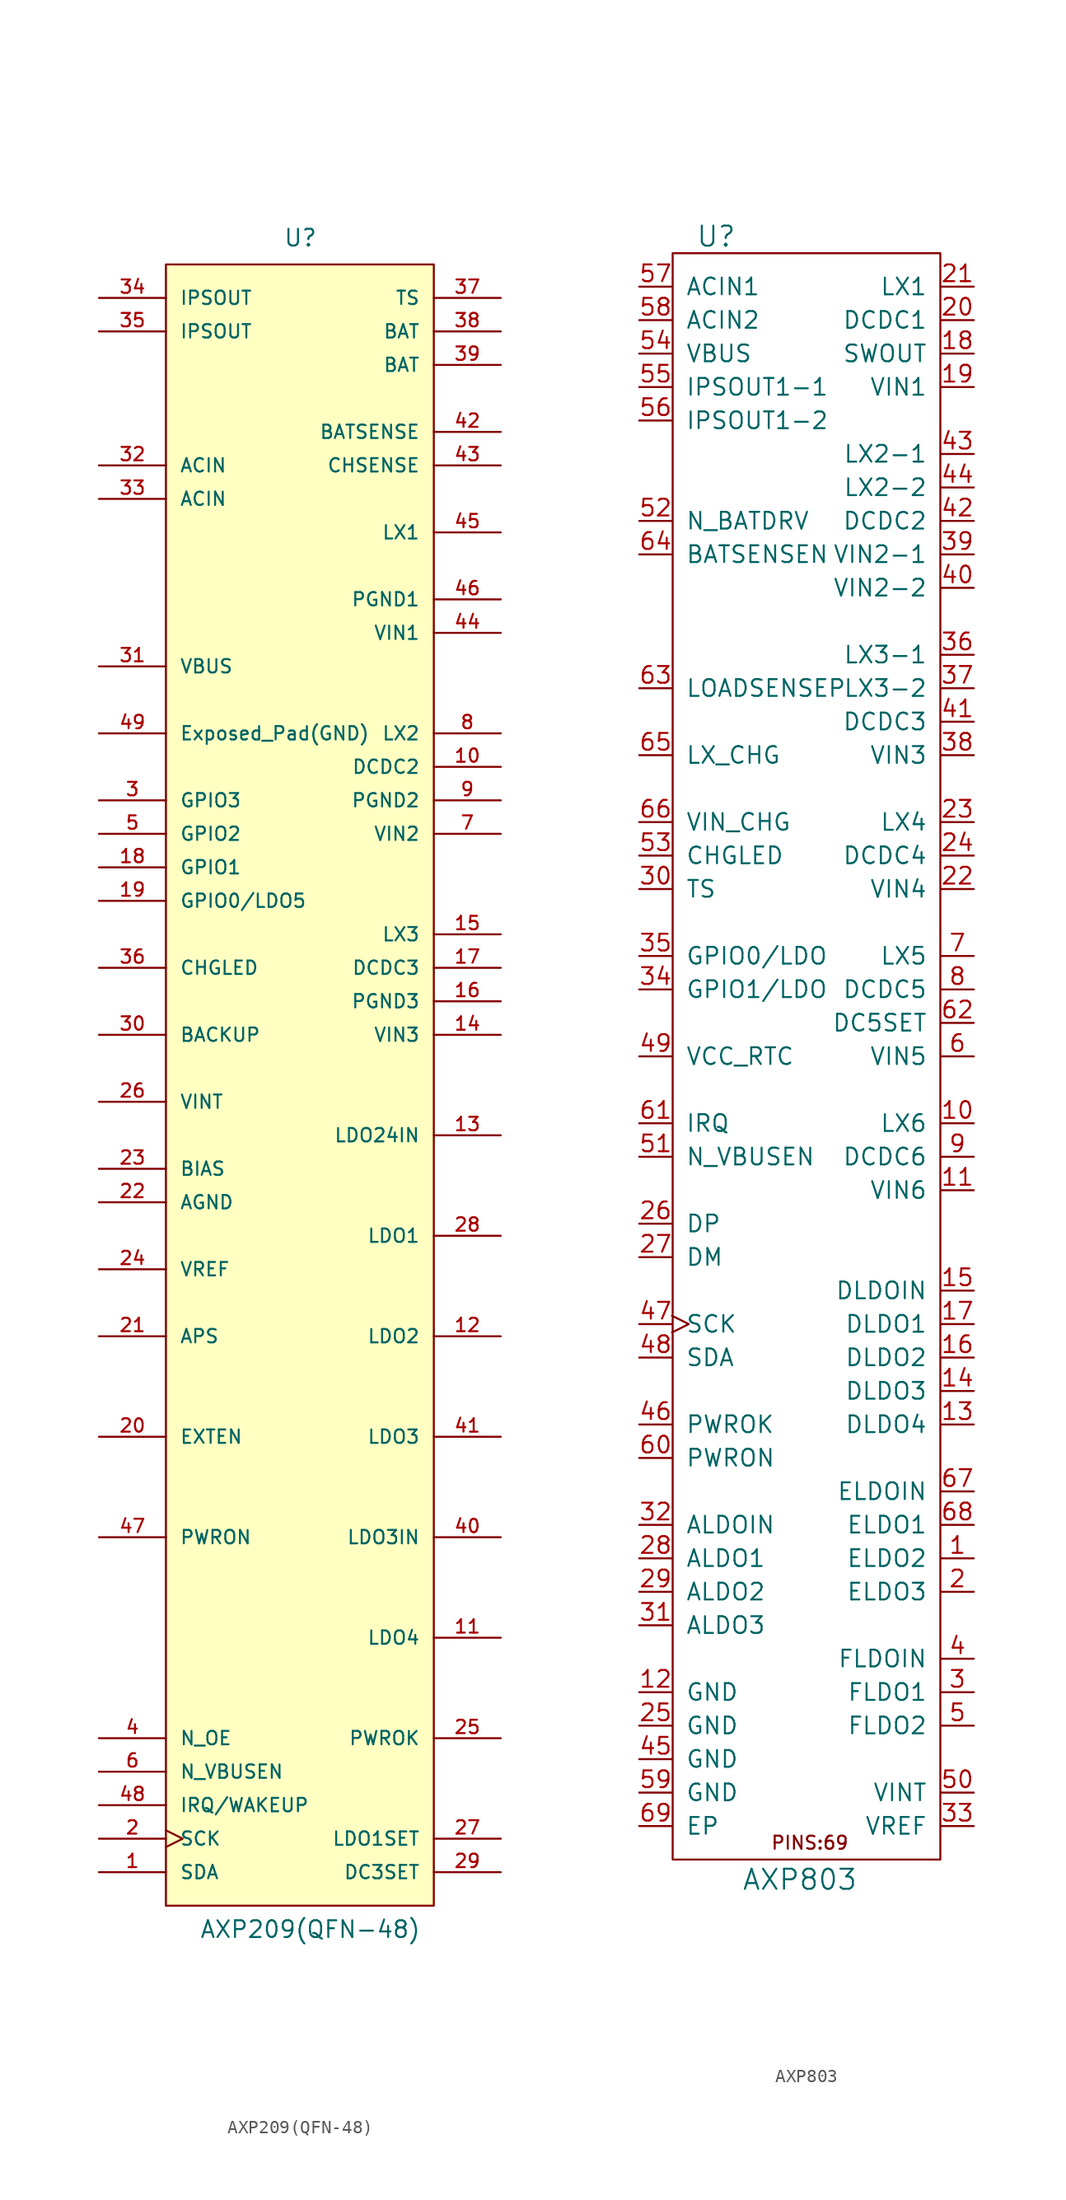
<source format=kicad_sym>
(kicad_symbol_lib
  (version 20211014)
  (generator kicad_symbol_editor)
  (symbol "AXP209(QFN-48)"
    (pin_names
      (offset 1.016))
    (property "Reference" "U"
      (at -1.27 62.23 0)
      (effects (font (size 1.27 1.27)) (justify left bottom)))
    (property "Value" "AXP209(QFN-48)"
      (at -7.62 -66.04 0)
      (effects (font (size 1.27 1.27)) (justify left bottom)))
    (symbol "AXP209(QFN-48)_1_1"
      (rectangle (start 10.16 -63.5) (end -10.16 60.96) (stroke (width 0) (type default) (color 0 0 0 0)) (fill (type background)))
      (pin bidirectional line (at -15.24 -60.96 0) (length 5.08) (name "SDA" (effects (font (size 1.016 1.016)))) (number "1" (effects (font (size 1.016 1.016)))))
      (pin input line (at 15.24 22.86 180) (length 5.08) (name "DCDC2" (effects (font (size 1.016 1.016)))) (number "10" (effects (font (size 1.016 1.016)))))
      (pin power_out line (at 15.24 -43.18 180) (length 5.08) (name "LDO4" (effects (font (size 1.016 1.016)))) (number "11" (effects (font (size 1.016 1.016)))))
      (pin power_out line (at 15.24 -20.32 180) (length 5.08) (name "LDO2" (effects (font (size 1.016 1.016)))) (number "12" (effects (font (size 1.016 1.016)))))
      (pin power_in line (at 15.24 -5.08 180) (length 5.08) (name "LDO24IN" (effects (font (size 1.016 1.016)))) (number "13" (effects (font (size 1.016 1.016)))))
      (pin power_in line (at 15.24 2.54 180) (length 5.08) (name "VIN3" (effects (font (size 1.016 1.016)))) (number "14" (effects (font (size 1.016 1.016)))))
      (pin bidirectional line (at 15.24 10.16 180) (length 5.08) (name "LX3" (effects (font (size 1.016 1.016)))) (number "15" (effects (font (size 1.016 1.016)))))
      (pin power_in line (at 15.24 5.08 180) (length 5.08) (name "PGND3" (effects (font (size 1.016 1.016)))) (number "16" (effects (font (size 1.016 1.016)))))
      (pin input line (at 15.24 7.62 180) (length 5.08) (name "DCDC3" (effects (font (size 1.016 1.016)))) (number "17" (effects (font (size 1.016 1.016)))))
      (pin bidirectional line (at -15.24 15.24 0) (length 5.08) (name "GPIO1" (effects (font (size 1.016 1.016)))) (number "18" (effects (font (size 1.016 1.016)))))
      (pin bidirectional line (at -15.24 12.7 0) (length 5.08) (name "GPIO0/LDO5" (effects (font (size 1.016 1.016)))) (number "19" (effects (font (size 1.016 1.016)))))
      (pin input clock (at -15.24 -58.42 0) (length 5.08) (name "SCK" (effects (font (size 1.016 1.016)))) (number "2" (effects (font (size 1.016 1.016)))))
      (pin output line (at -15.24 -27.94 0) (length 5.08) (name "EXTEN" (effects (font (size 1.016 1.016)))) (number "20" (effects (font (size 1.016 1.016)))))
      (pin power_in line (at -15.24 -20.32 0) (length 5.08) (name "APS" (effects (font (size 1.016 1.016)))) (number "21" (effects (font (size 1.016 1.016)))))
      (pin power_in line (at -15.24 -10.16 0) (length 5.08) (name "AGND" (effects (font (size 1.016 1.016)))) (number "22" (effects (font (size 1.016 1.016)))))
      (pin passive line (at -15.24 -7.62 0) (length 5.08) (name "BIAS" (effects (font (size 1.016 1.016)))) (number "23" (effects (font (size 1.016 1.016)))))
      (pin output line (at -15.24 -15.24 0) (length 5.08) (name "VREF" (effects (font (size 1.016 1.016)))) (number "24" (effects (font (size 1.016 1.016)))))
      (pin output line (at 15.24 -50.8 180) (length 5.08) (name "PWROK" (effects (font (size 1.016 1.016)))) (number "25" (effects (font (size 1.016 1.016)))))
      (pin power_in line (at -15.24 -2.54 0) (length 5.08) (name "VINT" (effects (font (size 1.016 1.016)))) (number "26" (effects (font (size 1.016 1.016)))))
      (pin input line (at 15.24 -58.42 180) (length 5.08) (name "LDO1SET" (effects (font (size 1.016 1.016)))) (number "27" (effects (font (size 1.016 1.016)))))
      (pin power_out line (at 15.24 -12.7 180) (length 5.08) (name "LDO1" (effects (font (size 1.016 1.016)))) (number "28" (effects (font (size 1.016 1.016)))))
      (pin input line (at 15.24 -60.96 180) (length 5.08) (name "DC3SET" (effects (font (size 1.016 1.016)))) (number "29" (effects (font (size 1.016 1.016)))))
      (pin bidirectional line (at -15.24 20.32 0) (length 5.08) (name "GPIO3" (effects (font (size 1.016 1.016)))) (number "3" (effects (font (size 1.016 1.016)))))
      (pin bidirectional line (at -15.24 2.54 0) (length 5.08) (name "BACKUP" (effects (font (size 1.016 1.016)))) (number "30" (effects (font (size 1.016 1.016)))))
      (pin power_in line (at -15.24 30.48 0) (length 5.08) (name "VBUS" (effects (font (size 1.016 1.016)))) (number "31" (effects (font (size 1.016 1.016)))))
      (pin power_in line (at -15.24 45.72 0) (length 5.08) (name "ACIN" (effects (font (size 1.016 1.016)))) (number "32" (effects (font (size 1.016 1.016)))))
      (pin power_in line (at -15.24 43.18 0) (length 5.08) (name "ACIN" (effects (font (size 1.016 1.016)))) (number "33" (effects (font (size 1.016 1.016)))))
      (pin power_out line (at -15.24 58.42 0) (length 5.08) (name "IPSOUT" (effects (font (size 1.016 1.016)))) (number "34" (effects (font (size 1.016 1.016)))))
      (pin power_out line (at -15.24 55.88 0) (length 5.08) (name "IPSOUT" (effects (font (size 1.016 1.016)))) (number "35" (effects (font (size 1.016 1.016)))))
      (pin output line (at -15.24 7.62 0) (length 5.08) (name "CHGLED" (effects (font (size 1.016 1.016)))) (number "36" (effects (font (size 1.016 1.016)))))
      (pin input line (at 15.24 58.42 180) (length 5.08) (name "TS" (effects (font (size 1.016 1.016)))) (number "37" (effects (font (size 1.016 1.016)))))
      (pin power_in line (at 15.24 55.88 180) (length 5.08) (name "BAT" (effects (font (size 1.016 1.016)))) (number "38" (effects (font (size 1.016 1.016)))))
      (pin power_in line (at 15.24 53.34 180) (length 5.08) (name "BAT" (effects (font (size 1.016 1.016)))) (number "39" (effects (font (size 1.016 1.016)))))
      (pin input line (at -15.24 -50.8 0) (length 5.08) (name "N_OE" (effects (font (size 1.016 1.016)))) (number "4" (effects (font (size 1.016 1.016)))))
      (pin power_in line (at 15.24 -35.56 180) (length 5.08) (name "LDO3IN" (effects (font (size 1.016 1.016)))) (number "40" (effects (font (size 1.016 1.016)))))
      (pin power_out line (at 15.24 -27.94 180) (length 5.08) (name "LDO3" (effects (font (size 1.016 1.016)))) (number "41" (effects (font (size 1.016 1.016)))))
      (pin input line (at 15.24 48.26 180) (length 5.08) (name "BATSENSE" (effects (font (size 1.016 1.016)))) (number "42" (effects (font (size 1.016 1.016)))))
      (pin output line (at 15.24 45.72 180) (length 5.08) (name "CHSENSE" (effects (font (size 1.016 1.016)))) (number "43" (effects (font (size 1.016 1.016)))))
      (pin power_in line (at 15.24 33.02 180) (length 5.08) (name "VIN1" (effects (font (size 1.016 1.016)))) (number "44" (effects (font (size 1.016 1.016)))))
      (pin bidirectional line (at 15.24 40.64 180) (length 5.08) (name "LX1" (effects (font (size 1.016 1.016)))) (number "45" (effects (font (size 1.016 1.016)))))
      (pin power_in line (at 15.24 35.56 180) (length 5.08) (name "PGND1" (effects (font (size 1.016 1.016)))) (number "46" (effects (font (size 1.016 1.016)))))
      (pin input line (at -15.24 -35.56 0) (length 5.08) (name "PWRON" (effects (font (size 1.016 1.016)))) (number "47" (effects (font (size 1.016 1.016)))))
      (pin bidirectional line (at -15.24 -55.88 0) (length 5.08) (name "IRQ/WAKEUP" (effects (font (size 1.016 1.016)))) (number "48" (effects (font (size 1.016 1.016)))))
      (pin power_in line (at -15.24 25.4 0) (length 5.08) (name "Exposed_Pad(GND)" (effects (font (size 1.016 1.016)))) (number "49" (effects (font (size 1.016 1.016)))))
      (pin bidirectional line (at -15.24 17.78 0) (length 5.08) (name "GPIO2" (effects (font (size 1.016 1.016)))) (number "5" (effects (font (size 1.016 1.016)))))
      (pin input line (at -15.24 -53.34 0) (length 5.08) (name "N_VBUSEN" (effects (font (size 1.016 1.016)))) (number "6" (effects (font (size 1.016 1.016)))))
      (pin power_in line (at 15.24 17.78 180) (length 5.08) (name "VIN2" (effects (font (size 1.016 1.016)))) (number "7" (effects (font (size 1.016 1.016)))))
      (pin bidirectional line (at 15.24 25.4 180) (length 5.08) (name "LX2" (effects (font (size 1.016 1.016)))) (number "8" (effects (font (size 1.016 1.016)))))
      (pin power_in line (at 15.24 20.32 180) (length 5.08) (name "PGND2" (effects (font (size 1.016 1.016)))) (number "9" (effects (font (size 1.016 1.016)))))))
  (symbol "AXP803"
    (pin_names
      (offset 1.016))
    (property "Reference" "U"
      (at -6.858 59.69 0)
      (effects (font (size 1.524 1.524))))
    (property "Value" "AXP803"
      (at -0.508 -65.024 0)
      (effects (font (size 1.524 1.524))))
    (property "Footprint" ""
      (at -5.08 17.78 0)
      (effects (font (size 1.524 1.524))))
    (property "Datasheet" ""
      (at -5.08 17.78 0)
      (effects (font (size 1.524 1.524))))
    (symbol "AXP803_0_0"
      (rectangle (start -10.16 58.42) (end 10.16 -63.5) (stroke (width 0) (type default) (color 0 0 0 0)) (fill (type none)))
      (text "PINS:69" (at 0.254 -62.23 0) (effects (font (size 0.991 0.991)))))
    (symbol "AXP803_1_1"
      (pin power_out line (at 12.7 -40.64 180) (length 2.489) (name "ELDO2" (effects (font (size 1.27 1.27)))) (number "1" (effects (font (size 1.27 1.27)))))
      (pin bidirectional line (at 12.7 -7.62 180) (length 2.489) (name "LX6" (effects (font (size 1.27 1.27)))) (number "10" (effects (font (size 1.27 1.27)))))
      (pin power_in line (at 12.7 -12.7 180) (length 2.489) (name "VIN6" (effects (font (size 1.27 1.27)))) (number "11" (effects (font (size 1.27 1.27)))))
      (pin power_in line (at -12.7 -50.8 0) (length 2.489) (name "GND" (effects (font (size 1.27 1.27)))) (number "12" (effects (font (size 1.27 1.27)))))
      (pin power_out line (at 12.7 -30.48 180) (length 2.489) (name "DLDO4" (effects (font (size 1.27 1.27)))) (number "13" (effects (font (size 1.27 1.27)))))
      (pin power_out line (at 12.7 -27.94 180) (length 2.489) (name "DLDO3" (effects (font (size 1.27 1.27)))) (number "14" (effects (font (size 1.27 1.27)))))
      (pin power_in line (at 12.7 -20.32 180) (length 2.489) (name "DLDOIN" (effects (font (size 1.27 1.27)))) (number "15" (effects (font (size 1.27 1.27)))))
      (pin power_out line (at 12.7 -25.4 180) (length 2.489) (name "DLDO2" (effects (font (size 1.27 1.27)))) (number "16" (effects (font (size 1.27 1.27)))))
      (pin power_out line (at 12.7 -22.86 180) (length 2.489) (name "DLDO1" (effects (font (size 1.27 1.27)))) (number "17" (effects (font (size 1.27 1.27)))))
      (pin output line (at 12.7 50.8 180) (length 2.489) (name "SWOUT" (effects (font (size 1.27 1.27)))) (number "18" (effects (font (size 1.27 1.27)))))
      (pin power_in line (at 12.7 48.26 180) (length 2.489) (name "VIN1" (effects (font (size 1.27 1.27)))) (number "19" (effects (font (size 1.27 1.27)))))
      (pin power_out line (at 12.7 -43.18 180) (length 2.489) (name "ELDO3" (effects (font (size 1.27 1.27)))) (number "2" (effects (font (size 1.27 1.27)))))
      (pin input line (at 12.7 53.34 180) (length 2.489) (name "DCDC1" (effects (font (size 1.27 1.27)))) (number "20" (effects (font (size 1.27 1.27)))))
      (pin bidirectional line (at 12.7 55.88 180) (length 2.489) (name "LX1" (effects (font (size 1.27 1.27)))) (number "21" (effects (font (size 1.27 1.27)))))
      (pin power_in line (at 12.7 10.16 180) (length 2.489) (name "VIN4" (effects (font (size 1.27 1.27)))) (number "22" (effects (font (size 1.27 1.27)))))
      (pin bidirectional line (at 12.7 15.24 180) (length 2.489) (name "LX4" (effects (font (size 1.27 1.27)))) (number "23" (effects (font (size 1.27 1.27)))))
      (pin input line (at 12.7 12.7 180) (length 2.489) (name "DCDC4" (effects (font (size 1.27 1.27)))) (number "24" (effects (font (size 1.27 1.27)))))
      (pin power_in line (at -12.7 -53.34 0) (length 2.489) (name "GND" (effects (font (size 1.27 1.27)))) (number "25" (effects (font (size 1.27 1.27)))))
      (pin input line (at -12.7 -15.24 0) (length 2.489) (name "DP" (effects (font (size 1.27 1.27)))) (number "26" (effects (font (size 1.27 1.27)))))
      (pin input line (at -12.7 -17.78 0) (length 2.489) (name "DM" (effects (font (size 1.27 1.27)))) (number "27" (effects (font (size 1.27 1.27)))))
      (pin power_out line (at -12.7 -40.64 0) (length 2.489) (name "ALDO1" (effects (font (size 1.27 1.27)))) (number "28" (effects (font (size 1.27 1.27)))))
      (pin power_out line (at -12.7 -43.18 0) (length 2.489) (name "ALDO2" (effects (font (size 1.27 1.27)))) (number "29" (effects (font (size 1.27 1.27)))))
      (pin power_out line (at 12.7 -50.8 180) (length 2.489) (name "FLDO1" (effects (font (size 1.27 1.27)))) (number "3" (effects (font (size 1.27 1.27)))))
      (pin input line (at -12.7 10.16 0) (length 2.489) (name "TS" (effects (font (size 1.27 1.27)))) (number "30" (effects (font (size 1.27 1.27)))))
      (pin power_out line (at -12.7 -45.72 0) (length 2.489) (name "ALDO3" (effects (font (size 1.27 1.27)))) (number "31" (effects (font (size 1.27 1.27)))))
      (pin power_in line (at -12.7 -38.1 0) (length 2.489) (name "ALDOIN" (effects (font (size 1.27 1.27)))) (number "32" (effects (font (size 1.27 1.27)))))
      (pin output line (at 12.7 -60.96 180) (length 2.489) (name "VREF" (effects (font (size 1.27 1.27)))) (number "33" (effects (font (size 1.27 1.27)))))
      (pin bidirectional line (at -12.7 2.54 0) (length 2.489) (name "GPIO1/LDO" (effects (font (size 1.27 1.27)))) (number "34" (effects (font (size 1.27 1.27)))))
      (pin bidirectional line (at -12.7 5.08 0) (length 2.489) (name "GPIO0/LDO" (effects (font (size 1.27 1.27)))) (number "35" (effects (font (size 1.27 1.27)))))
      (pin bidirectional line (at 12.7 27.94 180) (length 2.489) (name "LX3-1" (effects (font (size 1.27 1.27)))) (number "36" (effects (font (size 1.27 1.27)))))
      (pin bidirectional line (at 12.7 25.4 180) (length 2.489) (name "LX3-2" (effects (font (size 1.27 1.27)))) (number "37" (effects (font (size 1.27 1.27)))))
      (pin power_in line (at 12.7 20.32 180) (length 2.489) (name "VIN3" (effects (font (size 1.27 1.27)))) (number "38" (effects (font (size 1.27 1.27)))))
      (pin power_in line (at 12.7 35.56 180) (length 2.489) (name "VIN2-1" (effects (font (size 1.27 1.27)))) (number "39" (effects (font (size 1.27 1.27)))))
      (pin power_in line (at 12.7 -48.26 180) (length 2.489) (name "FLDOIN" (effects (font (size 1.27 1.27)))) (number "4" (effects (font (size 1.27 1.27)))))
      (pin power_in line (at 12.7 33.02 180) (length 2.489) (name "VIN2-2" (effects (font (size 1.27 1.27)))) (number "40" (effects (font (size 1.27 1.27)))))
      (pin input line (at 12.7 22.86 180) (length 2.489) (name "DCDC3" (effects (font (size 1.27 1.27)))) (number "41" (effects (font (size 1.27 1.27)))))
      (pin input line (at 12.7 38.1 180) (length 2.489) (name "DCDC2" (effects (font (size 1.27 1.27)))) (number "42" (effects (font (size 1.27 1.27)))))
      (pin bidirectional line (at 12.7 43.18 180) (length 2.489) (name "LX2-1" (effects (font (size 1.27 1.27)))) (number "43" (effects (font (size 1.27 1.27)))))
      (pin bidirectional line (at 12.7 40.64 180) (length 2.489) (name "LX2-2" (effects (font (size 1.27 1.27)))) (number "44" (effects (font (size 1.27 1.27)))))
      (pin power_in line (at -12.7 -55.88 0) (length 2.489) (name "GND" (effects (font (size 1.27 1.27)))) (number "45" (effects (font (size 1.27 1.27)))))
      (pin output line (at -12.7 -30.48 0) (length 2.489) (name "PWROK" (effects (font (size 1.27 1.27)))) (number "46" (effects (font (size 1.27 1.27)))))
      (pin input clock (at -12.7 -22.86 0) (length 2.489) (name "SCK" (effects (font (size 1.27 1.27)))) (number "47" (effects (font (size 1.27 1.27)))))
      (pin bidirectional line (at -12.7 -25.4 0) (length 2.489) (name "SDA" (effects (font (size 1.27 1.27)))) (number "48" (effects (font (size 1.27 1.27)))))
      (pin power_out line (at -12.7 -2.54 0) (length 2.489) (name "VCC_RTC" (effects (font (size 1.27 1.27)))) (number "49" (effects (font (size 1.27 1.27)))))
      (pin power_out line (at 12.7 -53.34 180) (length 2.489) (name "FLDO2" (effects (font (size 1.27 1.27)))) (number "5" (effects (font (size 1.27 1.27)))))
      (pin power_out line (at 12.7 -58.42 180) (length 2.489) (name "VINT" (effects (font (size 1.27 1.27)))) (number "50" (effects (font (size 1.27 1.27)))))
      (pin bidirectional line (at -12.7 -10.16 0) (length 2.489) (name "N_VBUSEN" (effects (font (size 1.27 1.27)))) (number "51" (effects (font (size 1.27 1.27)))))
      (pin output line (at -12.7 38.1 0) (length 2.489) (name "N_BATDRV" (effects (font (size 1.27 1.27)))) (number "52" (effects (font (size 1.27 1.27)))))
      (pin output line (at -12.7 12.7 0) (length 2.489) (name "CHGLED" (effects (font (size 1.27 1.27)))) (number "53" (effects (font (size 1.27 1.27)))))
      (pin power_in line (at -12.7 50.8 0) (length 2.489) (name "VBUS" (effects (font (size 1.27 1.27)))) (number "54" (effects (font (size 1.27 1.27)))))
      (pin power_out line (at -12.7 48.26 0) (length 2.489) (name "IPSOUT1-1" (effects (font (size 1.27 1.27)))) (number "55" (effects (font (size 1.27 1.27)))))
      (pin passive line (at -12.7 45.72 0) (length 2.489) (name "IPSOUT1-2" (effects (font (size 1.27 1.27)))) (number "56" (effects (font (size 1.27 1.27)))))
      (pin power_in line (at -12.7 55.88 0) (length 2.489) (name "ACIN1" (effects (font (size 1.27 1.27)))) (number "57" (effects (font (size 1.27 1.27)))))
      (pin power_in line (at -12.7 53.34 0) (length 2.489) (name "ACIN2" (effects (font (size 1.27 1.27)))) (number "58" (effects (font (size 1.27 1.27)))))
      (pin power_in line (at -12.7 -58.42 0) (length 2.489) (name "GND" (effects (font (size 1.27 1.27)))) (number "59" (effects (font (size 1.27 1.27)))))
      (pin power_in line (at 12.7 -2.54 180) (length 2.489) (name "VIN5" (effects (font (size 1.27 1.27)))) (number "6" (effects (font (size 1.27 1.27)))))
      (pin input line (at -12.7 -33.02 0) (length 2.489) (name "PWRON" (effects (font (size 1.27 1.27)))) (number "60" (effects (font (size 1.27 1.27)))))
      (pin output line (at -12.7 -7.62 0) (length 2.489) (name "IRQ" (effects (font (size 1.27 1.27)))) (number "61" (effects (font (size 1.27 1.27)))))
      (pin input line (at 12.7 0 180) (length 2.489) (name "DC5SET" (effects (font (size 1.27 1.27)))) (number "62" (effects (font (size 1.27 1.27)))))
      (pin input line (at -12.7 25.4 0) (length 2.489) (name "LOADSENSEP" (effects (font (size 1.27 1.27)))) (number "63" (effects (font (size 1.27 1.27)))))
      (pin input line (at -12.7 35.56 0) (length 2.489) (name "BATSENSEN" (effects (font (size 1.27 1.27)))) (number "64" (effects (font (size 1.27 1.27)))))
      (pin bidirectional line (at -12.7 20.32 0) (length 2.489) (name "LX_CHG" (effects (font (size 1.27 1.27)))) (number "65" (effects (font (size 1.27 1.27)))))
      (pin input line (at -12.7 15.24 0) (length 2.489) (name "VIN_CHG" (effects (font (size 1.27 1.27)))) (number "66" (effects (font (size 1.27 1.27)))))
      (pin power_in line (at 12.7 -35.56 180) (length 2.489) (name "ELDOIN" (effects (font (size 1.27 1.27)))) (number "67" (effects (font (size 1.27 1.27)))))
      (pin power_out line (at 12.7 -38.1 180) (length 2.489) (name "ELDO1" (effects (font (size 1.27 1.27)))) (number "68" (effects (font (size 1.27 1.27)))))
      (pin power_in line (at -12.7 -60.96 0) (length 2.489) (name "EP" (effects (font (size 1.27 1.27)))) (number "69" (effects (font (size 1.27 1.27)))))
      (pin bidirectional line (at 12.7 5.08 180) (length 2.489) (name "LX5" (effects (font (size 1.27 1.27)))) (number "7" (effects (font (size 1.27 1.27)))))
      (pin input line (at 12.7 2.54 180) (length 2.489) (name "DCDC5" (effects (font (size 1.27 1.27)))) (number "8" (effects (font (size 1.27 1.27)))))
      (pin input line (at 12.7 -10.16 180) (length 2.489) (name "DCDC6" (effects (font (size 1.27 1.27)))) (number "9" (effects (font (size 1.27 1.27))))))))
</source>
